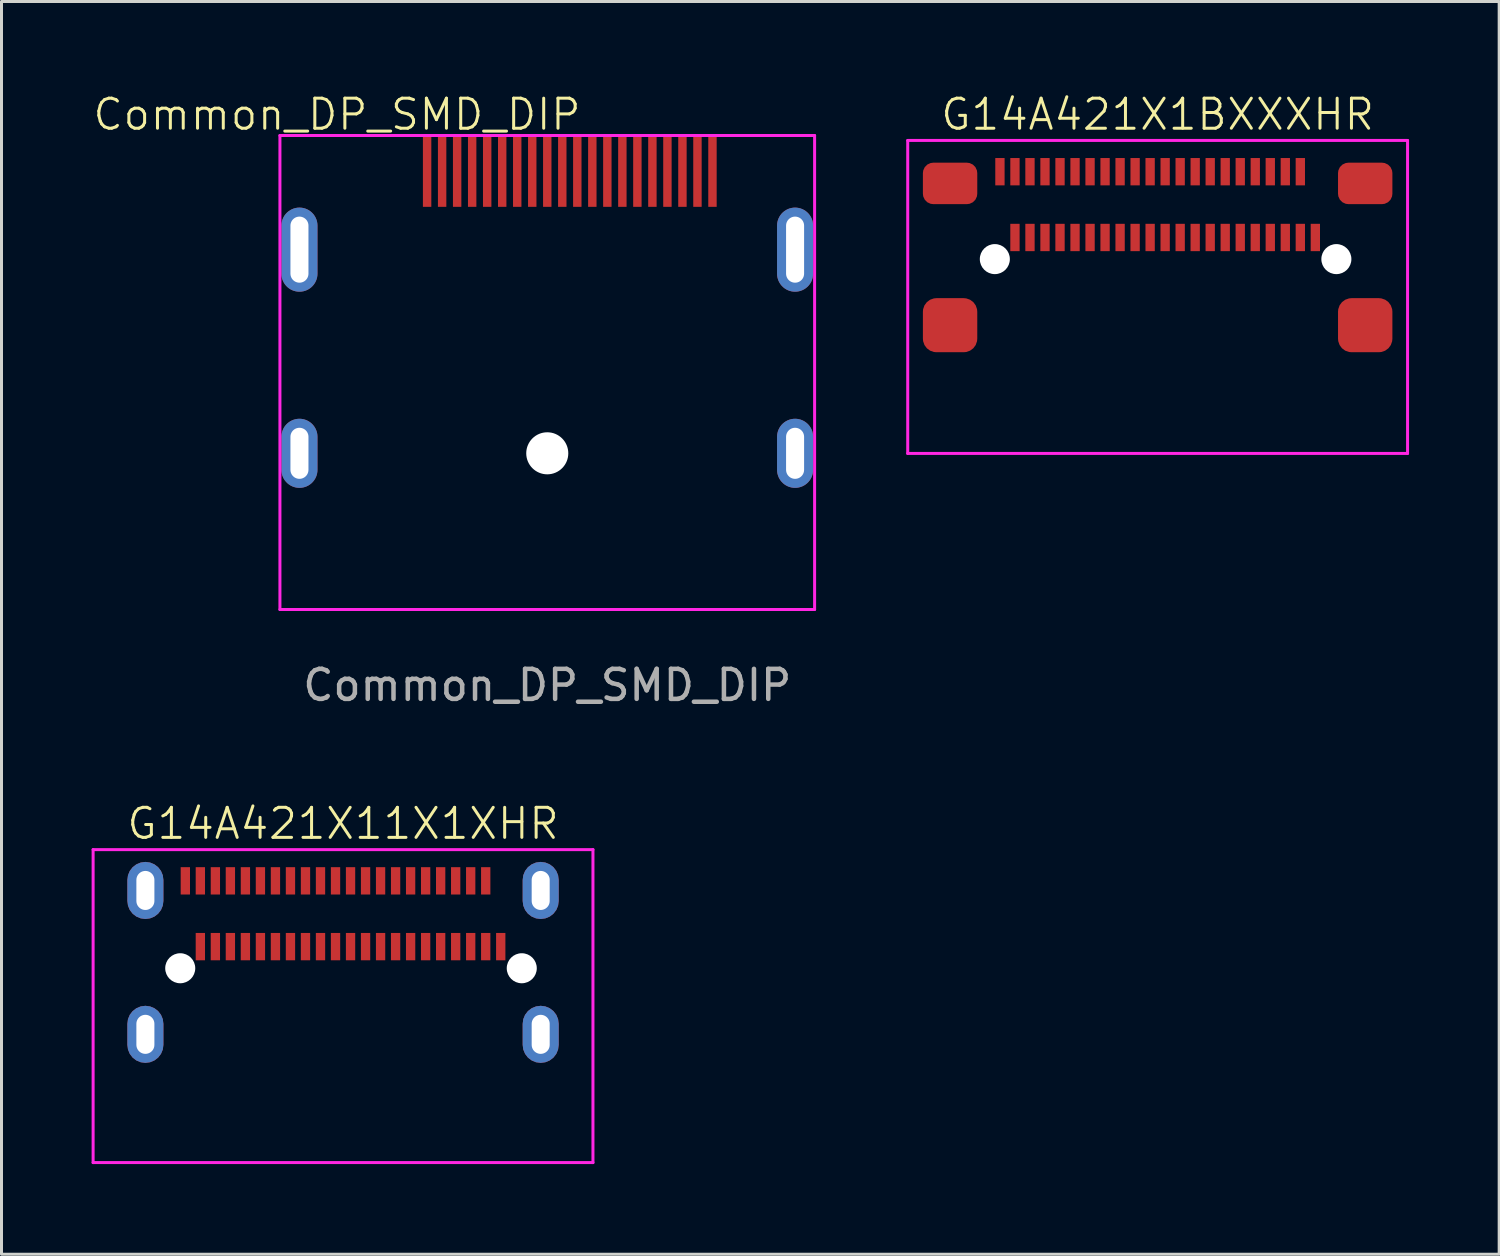
<source format=kicad_pcb>
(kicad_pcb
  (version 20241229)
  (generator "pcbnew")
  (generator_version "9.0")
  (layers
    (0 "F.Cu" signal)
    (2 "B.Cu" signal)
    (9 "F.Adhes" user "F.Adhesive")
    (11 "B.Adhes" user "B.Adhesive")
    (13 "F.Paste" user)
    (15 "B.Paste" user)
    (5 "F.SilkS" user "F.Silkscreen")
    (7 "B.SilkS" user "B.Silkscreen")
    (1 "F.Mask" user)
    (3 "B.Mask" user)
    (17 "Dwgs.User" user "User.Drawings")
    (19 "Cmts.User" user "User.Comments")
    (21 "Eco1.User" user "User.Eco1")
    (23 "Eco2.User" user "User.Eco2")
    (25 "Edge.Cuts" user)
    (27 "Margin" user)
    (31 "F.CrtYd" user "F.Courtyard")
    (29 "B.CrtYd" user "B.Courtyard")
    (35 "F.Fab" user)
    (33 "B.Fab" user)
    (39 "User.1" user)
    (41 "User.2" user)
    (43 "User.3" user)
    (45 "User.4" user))
  (footprint "G14A421X11X1XHR"
    (layer "F.Cu")
    (at 8.37 28.464)
    (property "Reference" "G14A421X11X1XHR" (at 0 -4.095 0) (unlocked yes) (layer "F.SilkS") (effects (font (size 1 1) (thickness 0.1))))
    (attr smd)
    (fp_line (start 8.32 5.18) (end -8.32 5.18) (stroke (width 0.1) (type default)) (layer "Margin"))
    (fp_line (start -8.32 -3.23) (end -8.32 7.19) (stroke (width 0.1) (type default)) (layer "F.CrtYd"))
    (fp_line (start 8.32 -3.23) (end -8.32 -3.23) (stroke (width 0.1) (type default)) (layer "F.CrtYd"))
    (fp_line (start 8.32 -3.23) (end 8.32 7.19) (stroke (width 0.1) (type default)) (layer "F.CrtYd"))
    (fp_line (start 8.32 7.19) (end -8.32 7.19) (stroke (width 0.1) (type default)) (layer "F.CrtYd"))
    (pad "" np_thru_hole circle (at -5.42 0.72) (size 1 1) (drill 1) (layers "*.Cu" "*.Mask"))
    (pad "" np_thru_hole circle (at 5.95 0.72) (size 1 1) (drill 1) (layers "*.Cu" "*.Mask"))
    (pad "A1" smd rect (at -4.75 0) (size 0.31 0.91) (layers "F.Cu" "F.Mask" "F.Paste"))
    (pad "A2" smd rect (at -4.25 0) (size 0.31 0.91) (layers "F.Cu" "F.Mask" "F.Paste"))
    (pad "A3" smd rect (at -3.75 0) (size 0.31 0.91) (layers "F.Cu" "F.Mask" "F.Paste"))
    (pad "A4" smd rect (at -3.25 0) (size 0.31 0.91) (layers "F.Cu" "F.Mask" "F.Paste"))
    (pad "A5" smd rect (at -2.75 0) (size 0.31 0.91) (layers "F.Cu" "F.Mask" "F.Paste"))
    (pad "A6" smd rect (at -2.25 0) (size 0.31 0.91) (layers "F.Cu" "F.Mask" "F.Paste"))
    (pad "A7" smd rect (at -1.75 0) (size 0.31 0.91) (layers "F.Cu" "F.Mask" "F.Paste"))
    (pad "A8" smd rect (at -1.25 0) (size 0.31 0.91) (layers "F.Cu" "F.Mask" "F.Paste"))
    (pad "A9" smd rect (at -0.75 0) (size 0.31 0.91) (layers "F.Cu" "F.Mask" "F.Paste"))
    (pad "A10" smd rect (at -0.25 0) (size 0.31 0.91) (layers "F.Cu" "F.Mask" "F.Paste"))
    (pad "A11" smd rect (at 0.25 0) (size 0.31 0.91) (layers "F.Cu" "F.Mask" "F.Paste"))
    (pad "A12" smd rect (at 0.75 0) (size 0.31 0.91) (layers "F.Cu" "F.Mask" "F.Paste"))
    (pad "A13" smd rect (at 1.25 0) (size 0.31 0.91) (layers "F.Cu" "F.Mask" "F.Paste"))
    (pad "A14" smd rect (at 1.75 0) (size 0.31 0.91) (layers "F.Cu" "F.Mask" "F.Paste"))
    (pad "A15" smd rect (at 2.25 0) (size 0.31 0.91) (layers "F.Cu" "F.Mask" "F.Paste"))
    (pad "A16" smd rect (at 2.75 0) (size 0.31 0.91) (layers "F.Cu" "F.Mask" "F.Paste"))
    (pad "A17" smd rect (at 3.25 0) (size 0.31 0.91) (layers "F.Cu" "F.Mask" "F.Paste"))
    (pad "A18" smd rect (at 3.75 0) (size 0.31 0.91) (layers "F.Cu" "F.Mask" "F.Paste"))
    (pad "A19" smd rect (at 4.25 0) (size 0.31 0.91) (layers "F.Cu" "F.Mask" "F.Paste"))
    (pad "A20" smd rect (at 4.75 0) (size 0.31 0.91) (layers "F.Cu" "F.Mask" "F.Paste"))
    (pad "A21" smd rect (at 5.25 0) (size 0.31 0.91) (layers "F.Cu" "F.Mask" "F.Paste"))
    (pad "B1" smd rect (at -5.25 -2.19) (size 0.31 0.91) (layers "F.Cu" "F.Mask" "F.Paste"))
    (pad "B2" smd rect (at -4.75 -2.19) (size 0.31 0.91) (layers "F.Cu" "F.Mask" "F.Paste"))
    (pad "B3" smd rect (at -4.25 -2.19) (size 0.31 0.91) (layers "F.Cu" "F.Mask" "F.Paste"))
    (pad "B4" smd rect (at -3.75 -2.19) (size 0.31 0.91) (layers "F.Cu" "F.Mask" "F.Paste"))
    (pad "B5" smd rect (at -3.25 -2.19) (size 0.31 0.91) (layers "F.Cu" "F.Mask" "F.Paste"))
    (pad "B6" smd rect (at -2.75 -2.19) (size 0.31 0.91) (layers "F.Cu" "F.Mask" "F.Paste"))
    (pad "B7" smd rect (at -2.25 -2.19) (size 0.31 0.91) (layers "F.Cu" "F.Mask" "F.Paste"))
    (pad "B8" smd rect (at -1.75 -2.19) (size 0.31 0.91) (layers "F.Cu" "F.Mask" "F.Paste"))
    (pad "B9" smd rect (at -1.25 -2.19) (size 0.31 0.91) (layers "F.Cu" "F.Mask" "F.Paste"))
    (pad "B10" smd rect (at -0.75 -2.19) (size 0.31 0.91) (layers "F.Cu" "F.Mask" "F.Paste"))
    (pad "B11" smd rect (at -0.25 -2.19) (size 0.31 0.91) (layers "F.Cu" "F.Mask" "F.Paste"))
    (pad "B12" smd rect (at 0.25 -2.19) (size 0.31 0.91) (layers "F.Cu" "F.Mask" "F.Paste"))
    (pad "B13" smd rect (at 0.75 -2.19) (size 0.31 0.91) (layers "F.Cu" "F.Mask" "F.Paste"))
    (pad "B14" smd rect (at 1.25 -2.19) (size 0.31 0.91) (layers "F.Cu" "F.Mask" "F.Paste"))
    (pad "B15" smd rect (at 1.75 -2.19) (size 0.31 0.91) (layers "F.Cu" "F.Mask" "F.Paste"))
    (pad "B16" smd rect (at 2.25 -2.19) (size 0.31 0.91) (layers "F.Cu" "F.Mask" "F.Paste"))
    (pad "B17" smd rect (at 2.75 -2.19) (size 0.31 0.91) (layers "F.Cu" "F.Mask" "F.Paste"))
    (pad "B18" smd rect (at 3.25 -2.19) (size 0.31 0.91) (layers "F.Cu" "F.Mask" "F.Paste"))
    (pad "B19" smd rect (at 3.75 -2.19) (size 0.31 0.91) (layers "F.Cu" "F.Mask" "F.Paste"))
    (pad "B20" smd rect (at 4.25 -2.19) (size 0.31 0.91) (layers "F.Cu" "F.Mask" "F.Paste"))
    (pad "B21" smd rect (at 4.75 -2.19) (size 0.31 0.91) (layers "F.Cu" "F.Mask" "F.Paste"))
    (pad "SH" thru_hole roundrect (at -6.58 -1.87) (size 1.2 1.9) (drill oval 0.6 1.3) (layers "*.Cu" "*.Mask") (roundrect_rratio 0.5))
    (pad "SH" thru_hole roundrect (at -6.58 2.92) (size 1.2 1.9) (drill oval 0.6 1.3) (layers "*.Cu" "*.Mask") (roundrect_rratio 0.5))
    (pad "SH" thru_hole roundrect (at 6.58 -1.87) (size 1.2 1.9) (drill oval 0.6 1.3) (layers "*.Cu" "*.Mask") (roundrect_rratio 0.5))
    (pad "SH" thru_hole roundrect (at 6.58 2.92) (size 1.2 1.9) (drill oval 0.6 1.3) (layers "*.Cu" "*.Mask") (roundrect_rratio 0.5))
    (zone (net_name "") (layer "In1.Cu") (hatch edge 0.5) (connect_pads) (min_thickness 0.25) (filled_areas_thickness no) (keepout (tracks allowed) (vias allowed) (pads allowed) (copperpour not_allowed) (footprints allowed)) (placement (enabled no)) (fill) (polygon (pts (xy 3.87 25.564) (xy 3.87 26.964) (xy 4.87 26.964) (xy 4.87 25.564))))
    (zone (net_name "") (layer "In1.Cu") (hatch edge 0.5) (connect_pads) (min_thickness 0.25) (filled_areas_thickness no) (keepout (tracks allowed) (vias allowed) (pads allowed) (copperpour not_allowed) (footprints allowed)) (placement (enabled no)) (fill) (polygon (pts (xy 4.37 27.764) (xy 4.37 29.164) (xy 5.37 29.164) (xy 5.37 27.764))))
    (zone (net_name "") (layer "In1.Cu") (hatch edge 0.5) (connect_pads) (min_thickness 0.25) (filled_areas_thickness no) (keepout (tracks allowed) (vias allowed) (pads allowed) (copperpour not_allowed) (footprints allowed)) (placement (enabled no)) (fill) (polygon (pts (xy 5.37 25.564) (xy 5.37 26.964) (xy 6.37 26.964) (xy 6.37 25.564))))
    (zone (net_name "") (layer "In1.Cu") (hatch edge 0.5) (connect_pads) (min_thickness 0.25) (filled_areas_thickness no) (keepout (tracks allowed) (vias allowed) (pads allowed) (copperpour not_allowed) (footprints allowed)) (placement (enabled no)) (fill) (polygon (pts (xy 5.87 27.764) (xy 5.87 29.164) (xy 6.87 29.164) (xy 6.87 27.764))))
    (zone (net_name "") (layer "In1.Cu") (hatch edge 0.5) (connect_pads) (min_thickness 0.25) (filled_areas_thickness no) (keepout (tracks allowed) (vias allowed) (pads allowed) (copperpour not_allowed) (footprints allowed)) (placement (enabled no)) (fill) (polygon (pts (xy 8.87 27.764) (xy 8.87 29.164) (xy 9.87 29.164) (xy 9.87 27.764))))
    (zone (net_name "") (layer "In1.Cu") (hatch edge 0.5) (connect_pads) (min_thickness 0.25) (filled_areas_thickness no) (keepout (tracks allowed) (vias allowed) (pads allowed) (copperpour not_allowed) (footprints allowed)) (placement (enabled no)) (fill) (polygon (pts (xy 9.87 25.564) (xy 9.87 26.964) (xy 10.87 26.964) (xy 10.87 25.564))))
    (zone (net_name "") (layer "In1.Cu") (hatch edge 0.5) (connect_pads) (min_thickness 0.25) (filled_areas_thickness no) (keepout (tracks allowed) (vias allowed) (pads allowed) (copperpour not_allowed) (footprints allowed)) (placement (enabled no)) (fill) (polygon (pts (xy 10.37 27.764) (xy 10.37 29.164) (xy 11.37 29.164) (xy 11.37 27.764))))
    (zone (net_name "") (layer "In1.Cu") (hatch edge 0.5) (connect_pads) (min_thickness 0.25) (filled_areas_thickness no) (keepout (tracks allowed) (vias allowed) (pads allowed) (copperpour not_allowed) (footprints allowed)) (placement (enabled no)) (fill) (polygon (pts (xy 11.37 25.564) (xy 11.37 26.964) (xy 12.37 26.964) (xy 12.37 25.564))))
    (zone (net_name "") (layer "In1.Cu") (hatch edge 0.5) (connect_pads) (min_thickness 0.25) (filled_areas_thickness no) (keepout (tracks allowed) (vias allowed) (pads allowed) (copperpour not_allowed) (footprints allowed)) (placement (enabled no)) (fill) (polygon (pts (xy 11.87 27.764) (xy 11.87 29.164) (xy 12.87 29.164) (xy 12.87 27.764)))))
  (footprint "Common_DP_SMD_DIP"
    (layer "F.Cu")
    (at 15.169 5.261)
    (property "Reference" "Common_DP_SMD_DIP" (at -7 -4.5 0) (unlocked yes) (layer "F.SilkS") (effects (font (size 1 1) (thickness 0.1))))
    (attr smd)
    (fp_line (start -8.895 10.96) (end 8.895 10.96) (stroke (width 0.1) (type default)) (layer "Margin"))
    (fp_line (start -8.9 11.98) (end -8.9 -3.8) (stroke (width 0.1) (type default)) (layer "F.CrtYd"))
    (fp_line (start -8.9 11.98) (end 8.9 11.98) (stroke (width 0.1) (type default)) (layer "F.CrtYd"))
    (fp_line (start 8.9 -3.8) (end -8.9 -3.8) (stroke (width 0.1) (type default)) (layer "F.CrtYd"))
    (fp_line (start 8.9 -3.8) (end 8.9 11.98) (stroke (width 0.1) (type default)) (layer "F.CrtYd"))
    (fp_text user "${REFERENCE}" (at 0 14.5 0) (unlocked yes) (layer "F.Fab") (effects (font (size 1 1) (thickness 0.15))))
    (pad "" np_thru_hole circle (at 0 6.78) (size 1.4 1.4) (drill 1.4) (layers "*.Cu" "*.Mask"))
    (pad "1" smd rect (at 5.5 -2.6) (size 0.28 2.35) (layers "F.Cu" "F.Mask" "F.Paste"))
    (pad "2" smd rect (at 5 -2.6) (size 0.28 2.35) (layers "F.Cu" "F.Mask" "F.Paste"))
    (pad "3" smd rect (at 4.5 -2.6) (size 0.28 2.35) (layers "F.Cu" "F.Mask" "F.Paste"))
    (pad "4" smd rect (at 4 -2.6) (size 0.28 2.35) (layers "F.Cu" "F.Mask" "F.Paste"))
    (pad "5" smd rect (at 3.5 -2.6) (size 0.28 2.35) (layers "F.Cu" "F.Mask" "F.Paste"))
    (pad "6" smd rect (at 3 -2.6) (size 0.28 2.35) (layers "F.Cu" "F.Mask" "F.Paste"))
    (pad "7" smd rect (at 2.5 -2.6) (size 0.28 2.35) (layers "F.Cu" "F.Mask" "F.Paste"))
    (pad "8" smd rect (at 2 -2.6) (size 0.28 2.35) (layers "F.Cu" "F.Mask" "F.Paste"))
    (pad "9" smd rect (at 1.5 -2.6) (size 0.28 2.35) (layers "F.Cu" "F.Mask" "F.Paste"))
    (pad "10" smd rect (at 1 -2.6) (size 0.28 2.35) (layers "F.Cu" "F.Mask" "F.Paste"))
    (pad "11" smd rect (at 0.5 -2.6) (size 0.28 2.35) (layers "F.Cu" "F.Mask" "F.Paste"))
    (pad "12" smd rect (at 0 -2.6) (size 0.28 2.35) (layers "F.Cu" "F.Mask" "F.Paste"))
    (pad "13" smd rect (at -0.5 -2.6) (size 0.28 2.35) (layers "F.Cu" "F.Mask" "F.Paste"))
    (pad "14" smd rect (at -1 -2.6) (size 0.28 2.35) (layers "F.Cu" "F.Mask" "F.Paste"))
    (pad "15" smd rect (at -1.5 -2.6) (size 0.28 2.35) (layers "F.Cu" "F.Mask" "F.Paste"))
    (pad "16" smd rect (at -2 -2.6) (size 0.28 2.35) (layers "F.Cu" "F.Mask" "F.Paste"))
    (pad "17" smd rect (at -2.5 -2.6) (size 0.28 2.35) (layers "F.Cu" "F.Mask" "F.Paste"))
    (pad "18" smd rect (at -3 -2.6) (size 0.28 2.35) (layers "F.Cu" "F.Mask" "F.Paste"))
    (pad "19" smd rect (at -3.5 -2.6) (size 0.28 2.35) (layers "F.Cu" "F.Mask" "F.Paste"))
    (pad "20" smd rect (at -4 -2.6) (size 0.28 2.35) (layers "F.Cu" "F.Mask" "F.Paste"))
    (pad "SH" thru_hole oval (at -8.25 0) (size 1.2 2.8) (drill oval 0.6 2.2) (layers "*.Cu" "*.Mask"))
    (pad "SH" thru_hole oval (at -8.25 6.78) (size 1.2 2.3) (drill oval 0.6 1.7) (layers "*.Cu" "*.Mask"))
    (pad "SH" thru_hole oval (at 8.25 0) (size 1.2 2.8) (drill oval 0.6 2.2) (layers "*.Cu" "*.Mask"))
    (pad "SH" thru_hole oval (at 8.25 6.78) (size 1.2 2.3) (drill oval 0.6 1.7) (layers "*.Cu" "*.Mask"))
    (zone (net_name "") (layers "F.Cu" "B.Cu") (hatch edge 0.5) (connect_pads) (min_thickness 0.25) (filled_areas_thickness no) (keepout (tracks allowed) (vias allowed) (pads allowed) (copperpour not_allowed) (footprints allowed)) (placement (enabled no)) (fill) (polygon (pts (xy 10.819 1.26) (xy 10.819 4.061) (xy 21.019 4.061) (xy 21.019 1.26)))))
  (footprint "G14A421X1BXXXHR"
    (layer "F.Cu")
    (at 35.489 4.856)
    (property "Reference" "G14A421X1BXXXHR" (at 0 -4.095 0) (unlocked yes) (layer "F.SilkS") (effects (font (size 1 1) (thickness 0.1))))
    (attr smd)
    (fp_line (start 8.32 5.18) (end -8.32 5.18) (stroke (width 0.1) (type default)) (layer "Margin"))
    (fp_line (start -8.32 -3.23) (end -8.32 7.19) (stroke (width 0.1) (type default)) (layer "F.CrtYd"))
    (fp_line (start 8.32 -3.23) (end -8.32 -3.23) (stroke (width 0.1) (type default)) (layer "F.CrtYd"))
    (fp_line (start 8.32 -3.23) (end 8.32 7.19) (stroke (width 0.1) (type default)) (layer "F.CrtYd"))
    (fp_line (start 8.32 7.19) (end -8.32 7.19) (stroke (width 0.1) (type default)) (layer "F.CrtYd"))
    (pad "" np_thru_hole circle (at -5.42 0.72) (size 1 1) (drill 1) (layers "*.Cu" "*.Mask"))
    (pad "" np_thru_hole circle (at 5.95 0.72) (size 1 1) (drill 1) (layers "*.Cu" "*.Mask"))
    (pad "A1" smd rect (at -4.75 0) (size 0.31 0.91) (layers "F.Cu" "F.Mask" "F.Paste"))
    (pad "A2" smd rect (at -4.25 0) (size 0.31 0.91) (layers "F.Cu" "F.Mask" "F.Paste"))
    (pad "A3" smd rect (at -3.75 0) (size 0.31 0.91) (layers "F.Cu" "F.Mask" "F.Paste"))
    (pad "A4" smd rect (at -3.25 0) (size 0.31 0.91) (layers "F.Cu" "F.Mask" "F.Paste"))
    (pad "A5" smd rect (at -2.75 0) (size 0.31 0.91) (layers "F.Cu" "F.Mask" "F.Paste"))
    (pad "A6" smd rect (at -2.25 0) (size 0.31 0.91) (layers "F.Cu" "F.Mask" "F.Paste"))
    (pad "A7" smd rect (at -1.75 0) (size 0.31 0.91) (layers "F.Cu" "F.Mask" "F.Paste"))
    (pad "A8" smd rect (at -1.25 0) (size 0.31 0.91) (layers "F.Cu" "F.Mask" "F.Paste"))
    (pad "A9" smd rect (at -0.75 0) (size 0.31 0.91) (layers "F.Cu" "F.Mask" "F.Paste"))
    (pad "A10" smd rect (at -0.25 0) (size 0.31 0.91) (layers "F.Cu" "F.Mask" "F.Paste"))
    (pad "A11" smd rect (at 0.25 0) (size 0.31 0.91) (layers "F.Cu" "F.Mask" "F.Paste"))
    (pad "A12" smd rect (at 0.75 0) (size 0.31 0.91) (layers "F.Cu" "F.Mask" "F.Paste"))
    (pad "A13" smd rect (at 1.25 0) (size 0.31 0.91) (layers "F.Cu" "F.Mask" "F.Paste"))
    (pad "A14" smd rect (at 1.75 0) (size 0.31 0.91) (layers "F.Cu" "F.Mask" "F.Paste"))
    (pad "A15" smd rect (at 2.25 0) (size 0.31 0.91) (layers "F.Cu" "F.Mask" "F.Paste"))
    (pad "A16" smd rect (at 2.75 0) (size 0.31 0.91) (layers "F.Cu" "F.Mask" "F.Paste"))
    (pad "A17" smd rect (at 3.25 0) (size 0.31 0.91) (layers "F.Cu" "F.Mask" "F.Paste"))
    (pad "A18" smd rect (at 3.75 0) (size 0.31 0.91) (layers "F.Cu" "F.Mask" "F.Paste"))
    (pad "A19" smd rect (at 4.25 0) (size 0.31 0.91) (layers "F.Cu" "F.Mask" "F.Paste"))
    (pad "A20" smd rect (at 4.75 0) (size 0.31 0.91) (layers "F.Cu" "F.Mask" "F.Paste"))
    (pad "A21" smd rect (at 5.25 0) (size 0.31 0.91) (layers "F.Cu" "F.Mask" "F.Paste"))
    (pad "B1" smd rect (at -5.25 -2.19) (size 0.31 0.91) (layers "F.Cu" "F.Mask" "F.Paste"))
    (pad "B2" smd rect (at -4.75 -2.19) (size 0.31 0.91) (layers "F.Cu" "F.Mask" "F.Paste"))
    (pad "B3" smd rect (at -4.25 -2.19) (size 0.31 0.91) (layers "F.Cu" "F.Mask" "F.Paste"))
    (pad "B4" smd rect (at -3.75 -2.19) (size 0.31 0.91) (layers "F.Cu" "F.Mask" "F.Paste"))
    (pad "B5" smd rect (at -3.25 -2.19) (size 0.31 0.91) (layers "F.Cu" "F.Mask" "F.Paste"))
    (pad "B6" smd rect (at -2.75 -2.19) (size 0.31 0.91) (layers "F.Cu" "F.Mask" "F.Paste"))
    (pad "B7" smd rect (at -2.25 -2.19) (size 0.31 0.91) (layers "F.Cu" "F.Mask" "F.Paste"))
    (pad "B8" smd rect (at -1.75 -2.19) (size 0.31 0.91) (layers "F.Cu" "F.Mask" "F.Paste"))
    (pad "B9" smd rect (at -1.25 -2.19) (size 0.31 0.91) (layers "F.Cu" "F.Mask" "F.Paste"))
    (pad "B10" smd rect (at -0.75 -2.19) (size 0.31 0.91) (layers "F.Cu" "F.Mask" "F.Paste"))
    (pad "B11" smd rect (at -0.25 -2.19) (size 0.31 0.91) (layers "F.Cu" "F.Mask" "F.Paste"))
    (pad "B12" smd rect (at 0.25 -2.19) (size 0.31 0.91) (layers "F.Cu" "F.Mask" "F.Paste"))
    (pad "B13" smd rect (at 0.75 -2.19) (size 0.31 0.91) (layers "F.Cu" "F.Mask" "F.Paste"))
    (pad "B14" smd rect (at 1.25 -2.19) (size 0.31 0.91) (layers "F.Cu" "F.Mask" "F.Paste"))
    (pad "B15" smd rect (at 1.75 -2.19) (size 0.31 0.91) (layers "F.Cu" "F.Mask" "F.Paste"))
    (pad "B16" smd rect (at 2.25 -2.19) (size 0.31 0.91) (layers "F.Cu" "F.Mask" "F.Paste"))
    (pad "B17" smd rect (at 2.75 -2.19) (size 0.31 0.91) (layers "F.Cu" "F.Mask" "F.Paste"))
    (pad "B18" smd rect (at 3.25 -2.19) (size 0.31 0.91) (layers "F.Cu" "F.Mask" "F.Paste"))
    (pad "B19" smd rect (at 3.75 -2.19) (size 0.31 0.91) (layers "F.Cu" "F.Mask" "F.Paste"))
    (pad "B20" smd rect (at 4.25 -2.19) (size 0.31 0.91) (layers "F.Cu" "F.Mask" "F.Paste"))
    (pad "B21" smd rect (at 4.75 -2.19) (size 0.31 0.91) (layers "F.Cu" "F.Mask" "F.Paste"))
    (pad "SH" smd roundrect (at -6.91 -1.8) (size 1.81 1.38) (layers "F.Cu" "F.Mask" "F.Paste") (roundrect_rratio 0.25))
    (pad "SH" smd roundrect (at -6.91 2.92) (size 1.81 1.8) (layers "F.Cu" "F.Mask" "F.Paste") (roundrect_rratio 0.25))
    (pad "SH" smd roundrect (at 6.91 -1.8) (size 1.81 1.38) (layers "F.Cu" "F.Mask" "F.Paste") (roundrect_rratio 0.25))
    (pad "SH" smd roundrect (at 6.91 2.92) (size 1.81 1.8) (layers "F.Cu" "F.Mask" "F.Paste") (roundrect_rratio 0.25))
    (zone (net_name "") (layer "In1.Cu") (hatch edge 0.5) (connect_pads) (min_thickness 0.25) (filled_areas_thickness no) (keepout (tracks allowed) (vias allowed) (pads allowed) (copperpour not_allowed) (footprints allowed)) (placement (enabled no)) (fill) (polygon (pts (xy 30.989 1.956) (xy 30.989 3.356) (xy 31.989 3.356) (xy 31.989 1.956))))
    (zone (net_name "") (layer "In1.Cu") (hatch edge 0.5) (connect_pads) (min_thickness 0.25) (filled_areas_thickness no) (keepout (tracks allowed) (vias allowed) (pads allowed) (copperpour not_allowed) (footprints allowed)) (placement (enabled no)) (fill) (polygon (pts (xy 31.489 4.155) (xy 31.489 5.556) (xy 32.489 5.556) (xy 32.489 4.155))))
    (zone (net_name "") (layer "In1.Cu") (hatch edge 0.5) (connect_pads) (min_thickness 0.25) (filled_areas_thickness no) (keepout (tracks allowed) (vias allowed) (pads allowed) (copperpour not_allowed) (footprints allowed)) (placement (enabled no)) (fill) (polygon (pts (xy 32.489 1.956) (xy 32.489 3.356) (xy 33.489 3.356) (xy 33.489 1.956))))
    (zone (net_name "") (layer "In1.Cu") (hatch edge 0.5) (connect_pads) (min_thickness 0.25) (filled_areas_thickness no) (keepout (tracks allowed) (vias allowed) (pads allowed) (copperpour not_allowed) (footprints allowed)) (placement (enabled no)) (fill) (polygon (pts (xy 32.989 4.155) (xy 32.989 5.556) (xy 33.989 5.556) (xy 33.989 4.155))))
    (zone (net_name "") (layer "In1.Cu") (hatch edge 0.5) (connect_pads) (min_thickness 0.25) (filled_areas_thickness no) (keepout (tracks allowed) (vias allowed) (pads allowed) (copperpour not_allowed) (footprints allowed)) (placement (enabled no)) (fill) (polygon (pts (xy 35.989 4.155) (xy 35.989 5.556) (xy 36.989 5.556) (xy 36.989 4.155))))
    (zone (net_name "") (layer "In1.Cu") (hatch edge 0.5) (connect_pads) (min_thickness 0.25) (filled_areas_thickness no) (keepout (tracks allowed) (vias allowed) (pads allowed) (copperpour not_allowed) (footprints allowed)) (placement (enabled no)) (fill) (polygon (pts (xy 36.989 1.956) (xy 36.989 3.356) (xy 37.989 3.356) (xy 37.989 1.956))))
    (zone (net_name "") (layer "In1.Cu") (hatch edge 0.5) (connect_pads) (min_thickness 0.25) (filled_areas_thickness no) (keepout (tracks allowed) (vias allowed) (pads allowed) (copperpour not_allowed) (footprints allowed)) (placement (enabled no)) (fill) (polygon (pts (xy 37.489 4.155) (xy 37.489 5.556) (xy 38.489 5.556) (xy 38.489 4.155))))
    (zone (net_name "") (layer "In1.Cu") (hatch edge 0.5) (connect_pads) (min_thickness 0.25) (filled_areas_thickness no) (keepout (tracks allowed) (vias allowed) (pads allowed) (copperpour not_allowed) (footprints allowed)) (placement (enabled no)) (fill) (polygon (pts (xy 38.489 1.956) (xy 38.489 3.356) (xy 39.489 3.356) (xy 39.489 1.956))))
    (zone (net_name "") (layer "In1.Cu") (hatch edge 0.5) (connect_pads) (min_thickness 0.25) (filled_areas_thickness no) (keepout (tracks allowed) (vias allowed) (pads allowed) (copperpour not_allowed) (footprints allowed)) (placement (enabled no)) (fill) (polygon (pts (xy 38.989 4.155) (xy 38.989 5.556) (xy 39.989 5.556) (xy 39.989 4.155)))))
  (gr_rect
    (start -3 -3)
    (end 46.859 38.704)
    (stroke (width 0.1) (type default))
    (fill no)
    (layer "Edge.Cuts")))
</source>
